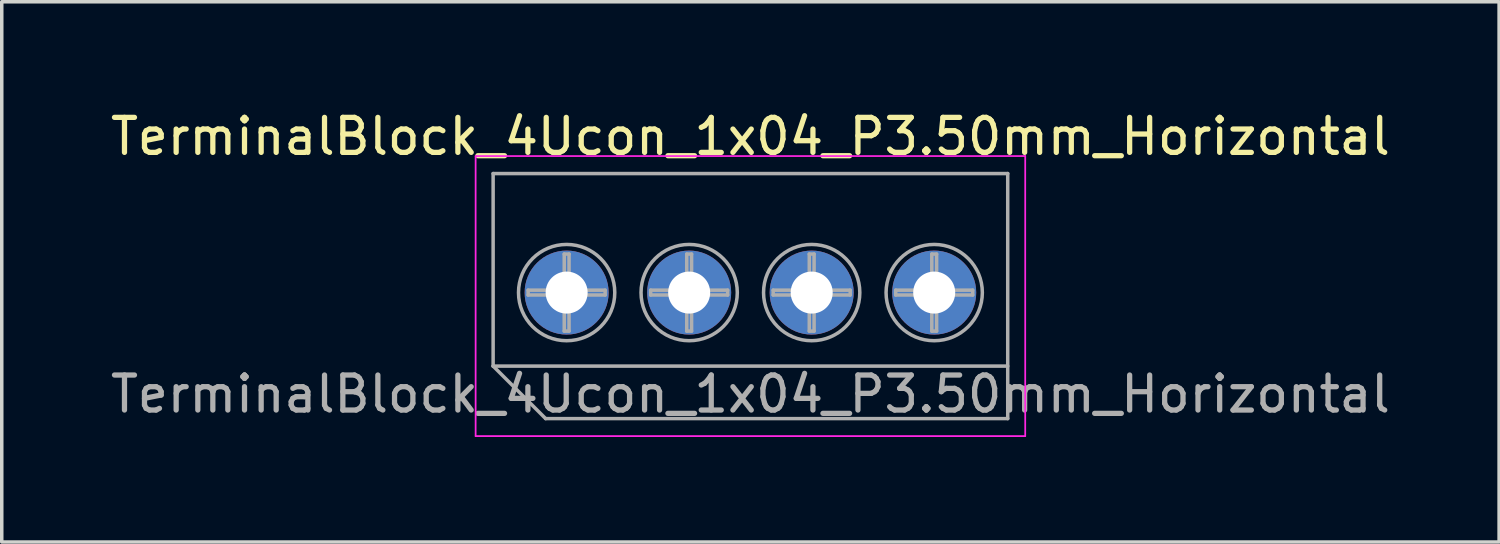
<source format=kicad_pcb>
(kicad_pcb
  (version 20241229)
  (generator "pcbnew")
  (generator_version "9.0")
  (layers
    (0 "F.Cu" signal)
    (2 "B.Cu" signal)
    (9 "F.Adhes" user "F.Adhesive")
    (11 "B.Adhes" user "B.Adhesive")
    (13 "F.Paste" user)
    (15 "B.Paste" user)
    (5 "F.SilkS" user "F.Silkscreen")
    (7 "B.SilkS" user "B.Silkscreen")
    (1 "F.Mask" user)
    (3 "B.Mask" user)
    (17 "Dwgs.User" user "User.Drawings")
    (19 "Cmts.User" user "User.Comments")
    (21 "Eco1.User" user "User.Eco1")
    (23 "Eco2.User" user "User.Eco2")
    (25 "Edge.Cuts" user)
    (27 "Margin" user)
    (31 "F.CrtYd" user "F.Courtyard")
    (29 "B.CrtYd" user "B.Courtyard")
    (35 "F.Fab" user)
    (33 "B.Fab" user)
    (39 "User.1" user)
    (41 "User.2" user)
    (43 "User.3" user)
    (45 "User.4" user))
  (footprint "TerminalBlock_4Ucon_1x04_P3.50mm_Horizontal"
    (layer "F.Cu")
    (at 13.137 5.308)
    (property "Reference" "TerminalBlock_4Ucon_1x04_P3.50mm_Horizontal" (at 5.25 -4.46 0) (layer "F.SilkS") (effects (font (size 1 1) (thickness 0.15))))
    (attr through_hole)
    (fp_line (start -2.6 -3.9) (end -2.6 4.1) (stroke (width 0.05) (type solid)) (layer "F.CrtYd"))
    (fp_line (start -2.6 4.1) (end 13.1 4.1) (stroke (width 0.05) (type solid)) (layer "F.CrtYd"))
    (fp_line (start 13.1 -3.9) (end -2.6 -3.9) (stroke (width 0.05) (type solid)) (layer "F.CrtYd"))
    (fp_line (start 13.1 4.1) (end 13.1 -3.9) (stroke (width 0.05) (type solid)) (layer "F.CrtYd"))
    (fp_line (start -2.1 -3.4) (end 12.6 -3.4) (stroke (width 0.1) (type solid)) (layer "F.Fab"))
    (fp_line (start -2.1 2.1) (end -2.1 -3.4) (stroke (width 0.1) (type solid)) (layer "F.Fab"))
    (fp_line (start -2.1 2.1) (end 12.6 2.1) (stroke (width 0.1) (type solid)) (layer "F.Fab"))
    (fp_line (start -1.1 -0.069) (end -0.069 -0.069) (stroke (width 0.1) (type solid)) (layer "F.Fab"))
    (fp_line (start -1.1 0.069) (end -1.1 -0.069) (stroke (width 0.1) (type solid)) (layer "F.Fab"))
    (fp_line (start -0.6 3.6) (end -2.1 2.1) (stroke (width 0.1) (type solid)) (layer "F.Fab"))
    (fp_line (start -0.069 -1.1) (end 0.069 -1.1) (stroke (width 0.1) (type solid)) (layer "F.Fab"))
    (fp_line (start -0.069 -0.069) (end -0.069 -1.1) (stroke (width 0.1) (type solid)) (layer "F.Fab"))
    (fp_line (start -0.069 0.069) (end -1.1 0.069) (stroke (width 0.1) (type solid)) (layer "F.Fab"))
    (fp_line (start -0.069 1.1) (end -0.069 0.069) (stroke (width 0.1) (type solid)) (layer "F.Fab"))
    (fp_line (start 0.069 -1.1) (end 0.069 -0.069) (stroke (width 0.1) (type solid)) (layer "F.Fab"))
    (fp_line (start 0.069 -0.069) (end 1.1 -0.069) (stroke (width 0.1) (type solid)) (layer "F.Fab"))
    (fp_line (start 0.069 0.069) (end 0.069 1.1) (stroke (width 0.1) (type solid)) (layer "F.Fab"))
    (fp_line (start 0.069 1.1) (end -0.069 1.1) (stroke (width 0.1) (type solid)) (layer "F.Fab"))
    (fp_line (start 1.1 -0.069) (end 1.1 0.069) (stroke (width 0.1) (type solid)) (layer "F.Fab"))
    (fp_line (start 1.1 0.069) (end 0.069 0.069) (stroke (width 0.1) (type solid)) (layer "F.Fab"))
    (fp_line (start 2.4 -0.069) (end 3.431 -0.069) (stroke (width 0.1) (type solid)) (layer "F.Fab"))
    (fp_line (start 2.4 0.069) (end 2.4 -0.069) (stroke (width 0.1) (type solid)) (layer "F.Fab"))
    (fp_line (start 3.431 -1.1) (end 3.569 -1.1) (stroke (width 0.1) (type solid)) (layer "F.Fab"))
    (fp_line (start 3.431 -0.069) (end 3.431 -1.1) (stroke (width 0.1) (type solid)) (layer "F.Fab"))
    (fp_line (start 3.431 0.069) (end 2.4 0.069) (stroke (width 0.1) (type solid)) (layer "F.Fab"))
    (fp_line (start 3.431 1.1) (end 3.431 0.069) (stroke (width 0.1) (type solid)) (layer "F.Fab"))
    (fp_line (start 3.569 -1.1) (end 3.569 -0.069) (stroke (width 0.1) (type solid)) (layer "F.Fab"))
    (fp_line (start 3.569 -0.069) (end 4.6 -0.069) (stroke (width 0.1) (type solid)) (layer "F.Fab"))
    (fp_line (start 3.569 0.069) (end 3.569 1.1) (stroke (width 0.1) (type solid)) (layer "F.Fab"))
    (fp_line (start 3.569 1.1) (end 3.431 1.1) (stroke (width 0.1) (type solid)) (layer "F.Fab"))
    (fp_line (start 4.6 -0.069) (end 4.6 0.069) (stroke (width 0.1) (type solid)) (layer "F.Fab"))
    (fp_line (start 4.6 0.069) (end 3.569 0.069) (stroke (width 0.1) (type solid)) (layer "F.Fab"))
    (fp_line (start 5.9 -0.069) (end 6.931 -0.069) (stroke (width 0.1) (type solid)) (layer "F.Fab"))
    (fp_line (start 5.9 0.069) (end 5.9 -0.069) (stroke (width 0.1) (type solid)) (layer "F.Fab"))
    (fp_line (start 6.931 -1.1) (end 7.069 -1.1) (stroke (width 0.1) (type solid)) (layer "F.Fab"))
    (fp_line (start 6.931 -0.069) (end 6.931 -1.1) (stroke (width 0.1) (type solid)) (layer "F.Fab"))
    (fp_line (start 6.931 0.069) (end 5.9 0.069) (stroke (width 0.1) (type solid)) (layer "F.Fab"))
    (fp_line (start 6.931 1.1) (end 6.931 0.069) (stroke (width 0.1) (type solid)) (layer "F.Fab"))
    (fp_line (start 7.069 -1.1) (end 7.069 -0.069) (stroke (width 0.1) (type solid)) (layer "F.Fab"))
    (fp_line (start 7.069 -0.069) (end 8.1 -0.069) (stroke (width 0.1) (type solid)) (layer "F.Fab"))
    (fp_line (start 7.069 0.069) (end 7.069 1.1) (stroke (width 0.1) (type solid)) (layer "F.Fab"))
    (fp_line (start 7.069 1.1) (end 6.931 1.1) (stroke (width 0.1) (type solid)) (layer "F.Fab"))
    (fp_line (start 8.1 -0.069) (end 8.1 0.069) (stroke (width 0.1) (type solid)) (layer "F.Fab"))
    (fp_line (start 8.1 0.069) (end 7.069 0.069) (stroke (width 0.1) (type solid)) (layer "F.Fab"))
    (fp_line (start 9.4 -0.069) (end 10.431 -0.069) (stroke (width 0.1) (type solid)) (layer "F.Fab"))
    (fp_line (start 9.4 0.069) (end 9.4 -0.069) (stroke (width 0.1) (type solid)) (layer "F.Fab"))
    (fp_line (start 10.431 -1.1) (end 10.569 -1.1) (stroke (width 0.1) (type solid)) (layer "F.Fab"))
    (fp_line (start 10.431 -0.069) (end 10.431 -1.1) (stroke (width 0.1) (type solid)) (layer "F.Fab"))
    (fp_line (start 10.431 0.069) (end 9.4 0.069) (stroke (width 0.1) (type solid)) (layer "F.Fab"))
    (fp_line (start 10.431 1.1) (end 10.431 0.069) (stroke (width 0.1) (type solid)) (layer "F.Fab"))
    (fp_line (start 10.569 -1.1) (end 10.569 -0.069) (stroke (width 0.1) (type solid)) (layer "F.Fab"))
    (fp_line (start 10.569 -0.069) (end 11.6 -0.069) (stroke (width 0.1) (type solid)) (layer "F.Fab"))
    (fp_line (start 10.569 0.069) (end 10.569 1.1) (stroke (width 0.1) (type solid)) (layer "F.Fab"))
    (fp_line (start 10.569 1.1) (end 10.431 1.1) (stroke (width 0.1) (type solid)) (layer "F.Fab"))
    (fp_line (start 11.6 -0.069) (end 11.6 0.069) (stroke (width 0.1) (type solid)) (layer "F.Fab"))
    (fp_line (start 11.6 0.069) (end 10.569 0.069) (stroke (width 0.1) (type solid)) (layer "F.Fab"))
    (fp_line (start 12.6 -3.4) (end 12.6 3.6) (stroke (width 0.1) (type solid)) (layer "F.Fab"))
    (fp_line (start 12.6 3.6) (end -0.6 3.6) (stroke (width 0.1) (type solid)) (layer "F.Fab"))
    (fp_circle (center 0 0) (end 1.375 0) (stroke (width 0.1) (type solid)) (fill no) (layer "F.Fab"))
    (fp_circle (center 3.5 0) (end 4.875 0) (stroke (width 0.1) (type solid)) (fill no) (layer "F.Fab"))
    (fp_circle (center 7 0) (end 8.375 0) (stroke (width 0.1) (type solid)) (fill no) (layer "F.Fab"))
    (fp_circle (center 10.5 0) (end 11.875 0) (stroke (width 0.1) (type solid)) (fill no) (layer "F.Fab"))
    (fp_text user "${REFERENCE}" (at 5.25 2.9 0) (layer "F.Fab") (effects (font (size 1 1) (thickness 0.15))))
    (pad "1" thru_hole circle (at 0 0) (size 2.4 2.4) (drill 1.2) (layers "*.Cu" "*.Mask"))
    (pad "2" thru_hole circle (at 3.5 0) (size 2.4 2.4) (drill 1.2) (layers "*.Cu" "*.Mask"))
    (pad "3" thru_hole circle (at 7 0) (size 2.4 2.4) (drill 1.2) (layers "*.Cu" "*.Mask"))
    (pad "4" thru_hole circle (at 10.5 0) (size 2.4 2.4) (drill 1.2) (layers "*.Cu" "*.Mask")))
  (gr_rect
    (start -3 -3)
    (end 39.774 12.433)
    (stroke (width 0.1) (type default))
    (fill no)
    (layer "Edge.Cuts")))
</source>
